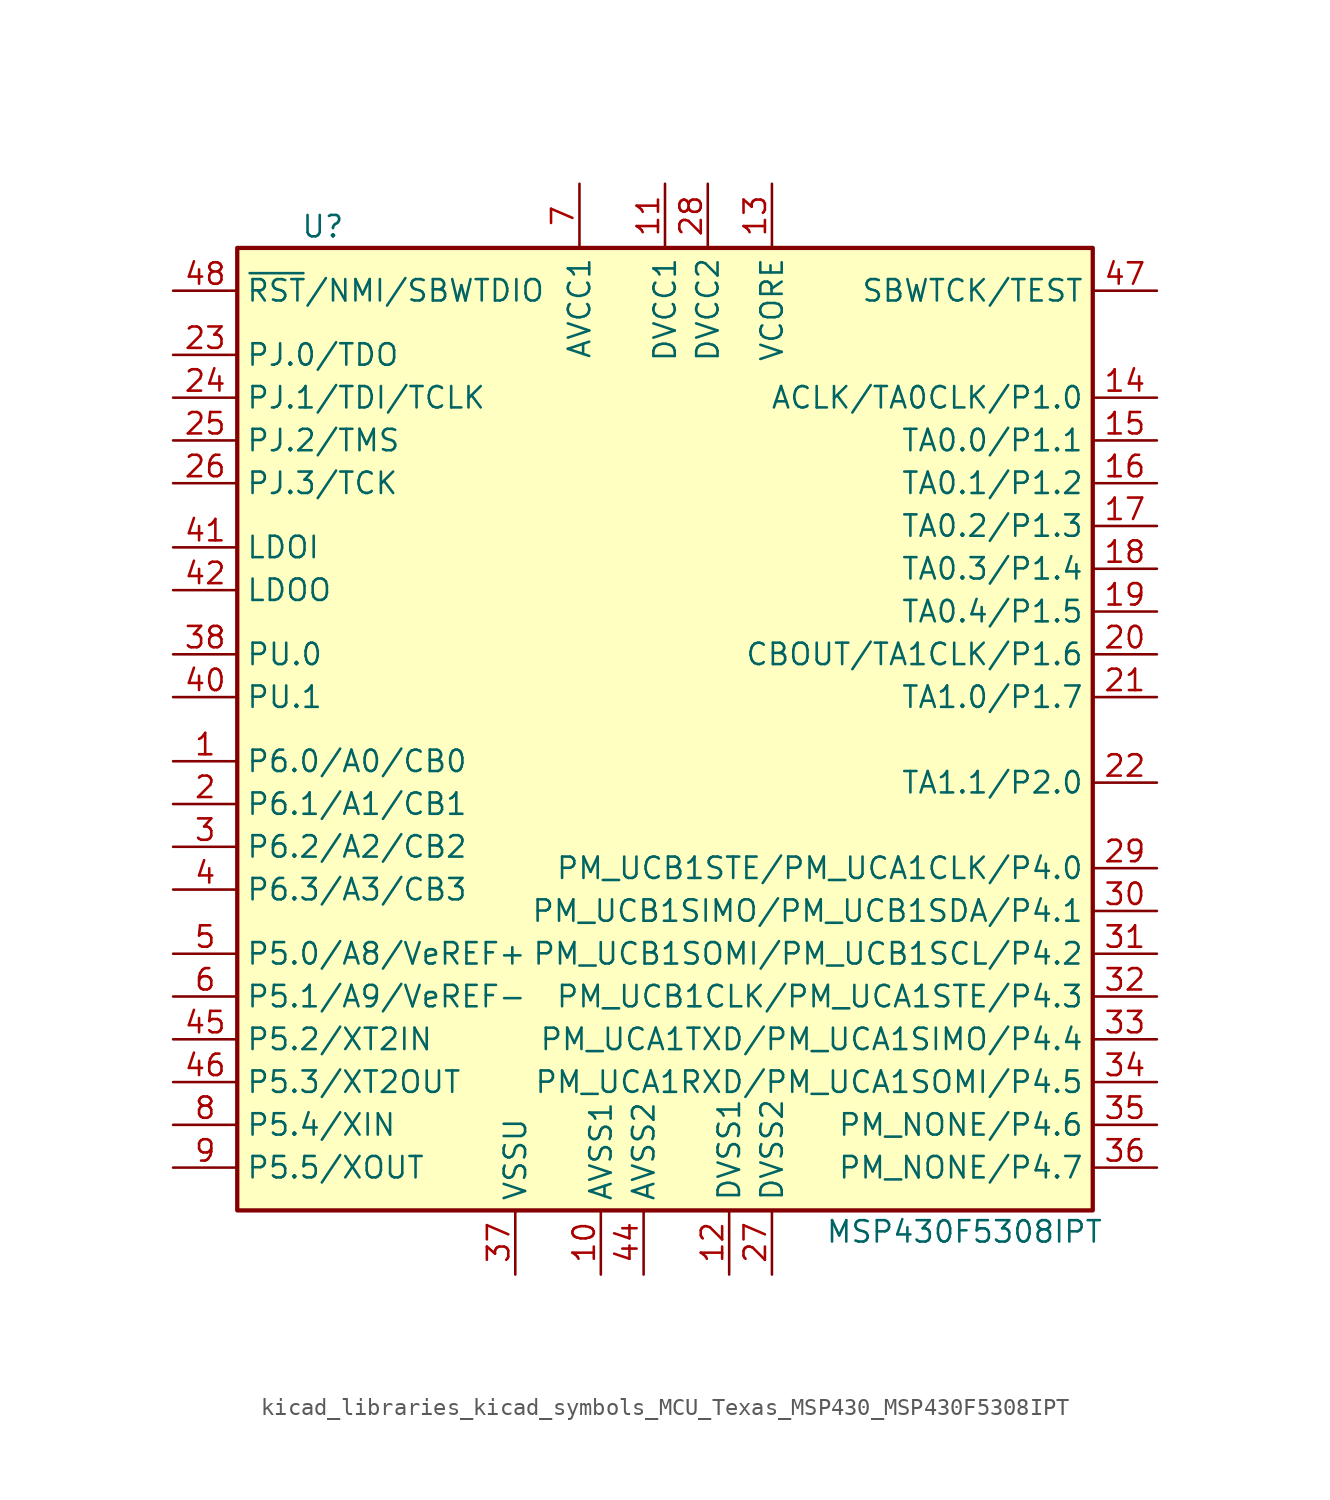
<source format=kicad_sym>
(kicad_symbol_lib
  (version 20220914)
  (generator kicad_symbol_editor)
  (symbol "kicad_libraries_kicad_symbols_MCU_Texas_MSP430_MSP430F5308IPT"
    (property "Reference" "U"
      (at -21.59 30.48 0)
      (effects (font (size 1.27 1.27))))
    (property "Value" "MSP430F5308IPT"
      (at 16.51 -29.21 0)
      (effects (font (size 1.27 1.27))))
    (symbol "kicad_libraries_kicad_symbols_MCU_Texas_MSP430_MSP430F5308IPT_0_1"
      (rectangle (start -26.67 29.21) (end 24.13 -27.94) (stroke (width 0.254) (type default)) (fill (type background))))
    (symbol "kicad_libraries_kicad_symbols_MCU_Texas_MSP430_MSP430F5308IPT_1_1"
      (pin bidirectional line (at -30.48 -1.27 0) (length 3.81) (name "P6.0/A0/CB0" (effects (font (size 1.27 1.27)))) (number "1" (effects (font (size 1.27 1.27)))))
      (pin power_in line (at -5.08 -31.75 90) (length 3.81) (name "AVSS1" (effects (font (size 1.27 1.27)))) (number "10" (effects (font (size 1.27 1.27)))))
      (pin power_in line (at -1.27 33.02 270) (length 3.81) (name "DVCC1" (effects (font (size 1.27 1.27)))) (number "11" (effects (font (size 1.27 1.27)))))
      (pin power_in line (at 2.54 -31.75 90) (length 3.81) (name "DVSS1" (effects (font (size 1.27 1.27)))) (number "12" (effects (font (size 1.27 1.27)))))
      (pin bidirectional line (at 5.08 33.02 270) (length 3.81) (name "VCORE" (effects (font (size 1.27 1.27)))) (number "13" (effects (font (size 1.27 1.27)))))
      (pin bidirectional line (at 27.94 20.32 180) (length 3.81) (name "ACLK/TA0CLK/P1.0" (effects (font (size 1.27 1.27)))) (number "14" (effects (font (size 1.27 1.27)))))
      (pin bidirectional line (at 27.94 17.78 180) (length 3.81) (name "TA0.0/P1.1" (effects (font (size 1.27 1.27)))) (number "15" (effects (font (size 1.27 1.27)))))
      (pin bidirectional line (at 27.94 15.24 180) (length 3.81) (name "TA0.1/P1.2" (effects (font (size 1.27 1.27)))) (number "16" (effects (font (size 1.27 1.27)))))
      (pin bidirectional line (at 27.94 12.7 180) (length 3.81) (name "TA0.2/P1.3" (effects (font (size 1.27 1.27)))) (number "17" (effects (font (size 1.27 1.27)))))
      (pin bidirectional line (at 27.94 10.16 180) (length 3.81) (name "TA0.3/P1.4" (effects (font (size 1.27 1.27)))) (number "18" (effects (font (size 1.27 1.27)))))
      (pin bidirectional line (at 27.94 7.62 180) (length 3.81) (name "TA0.4/P1.5" (effects (font (size 1.27 1.27)))) (number "19" (effects (font (size 1.27 1.27)))))
      (pin bidirectional line (at -30.48 -3.81 0) (length 3.81) (name "P6.1/A1/CB1" (effects (font (size 1.27 1.27)))) (number "2" (effects (font (size 1.27 1.27)))))
      (pin bidirectional line (at 27.94 5.08 180) (length 3.81) (name "CBOUT/TA1CLK/P1.6" (effects (font (size 1.27 1.27)))) (number "20" (effects (font (size 1.27 1.27)))))
      (pin bidirectional line (at 27.94 2.54 180) (length 3.81) (name "TA1.0/P1.7" (effects (font (size 1.27 1.27)))) (number "21" (effects (font (size 1.27 1.27)))))
      (pin bidirectional line (at 27.94 -2.54 180) (length 3.81) (name "TA1.1/P2.0" (effects (font (size 1.27 1.27)))) (number "22" (effects (font (size 1.27 1.27)))))
      (pin bidirectional line (at -30.48 22.86 0) (length 3.81) (name "PJ.0/TDO" (effects (font (size 1.27 1.27)))) (number "23" (effects (font (size 1.27 1.27)))))
      (pin bidirectional line (at -30.48 20.32 0) (length 3.81) (name "PJ.1/TDI/TCLK" (effects (font (size 1.27 1.27)))) (number "24" (effects (font (size 1.27 1.27)))))
      (pin bidirectional line (at -30.48 17.78 0) (length 3.81) (name "PJ.2/TMS" (effects (font (size 1.27 1.27)))) (number "25" (effects (font (size 1.27 1.27)))))
      (pin bidirectional line (at -30.48 15.24 0) (length 3.81) (name "PJ.3/TCK" (effects (font (size 1.27 1.27)))) (number "26" (effects (font (size 1.27 1.27)))))
      (pin power_in line (at 5.08 -31.75 90) (length 3.81) (name "DVSS2" (effects (font (size 1.27 1.27)))) (number "27" (effects (font (size 1.27 1.27)))))
      (pin power_in line (at 1.27 33.02 270) (length 3.81) (name "DVCC2" (effects (font (size 1.27 1.27)))) (number "28" (effects (font (size 1.27 1.27)))))
      (pin bidirectional line (at 27.94 -7.62 180) (length 3.81) (name "PM_UCB1STE/PM_UCA1CLK/P4.0" (effects (font (size 1.27 1.27)))) (number "29" (effects (font (size 1.27 1.27)))))
      (pin bidirectional line (at -30.48 -6.35 0) (length 3.81) (name "P6.2/A2/CB2" (effects (font (size 1.27 1.27)))) (number "3" (effects (font (size 1.27 1.27)))))
      (pin bidirectional line (at 27.94 -10.16 180) (length 3.81) (name "PM_UCB1SIMO/PM_UCB1SDA/P4.1" (effects (font (size 1.27 1.27)))) (number "30" (effects (font (size 1.27 1.27)))))
      (pin bidirectional line (at 27.94 -12.7 180) (length 3.81) (name "PM_UCB1SOMI/PM_UCB1SCL/P4.2" (effects (font (size 1.27 1.27)))) (number "31" (effects (font (size 1.27 1.27)))))
      (pin bidirectional line (at 27.94 -15.24 180) (length 3.81) (name "PM_UCB1CLK/PM_UCA1STE/P4.3" (effects (font (size 1.27 1.27)))) (number "32" (effects (font (size 1.27 1.27)))))
      (pin bidirectional line (at 27.94 -17.78 180) (length 3.81) (name "PM_UCA1TXD/PM_UCA1SIMO/P4.4" (effects (font (size 1.27 1.27)))) (number "33" (effects (font (size 1.27 1.27)))))
      (pin bidirectional line (at 27.94 -20.32 180) (length 3.81) (name "PM_UCA1RXD/PM_UCA1SOMI/P4.5" (effects (font (size 1.27 1.27)))) (number "34" (effects (font (size 1.27 1.27)))))
      (pin bidirectional line (at 27.94 -22.86 180) (length 3.81) (name "PM_NONE/P4.6" (effects (font (size 1.27 1.27)))) (number "35" (effects (font (size 1.27 1.27)))))
      (pin bidirectional line (at 27.94 -25.4 180) (length 3.81) (name "PM_NONE/P4.7" (effects (font (size 1.27 1.27)))) (number "36" (effects (font (size 1.27 1.27)))))
      (pin power_in line (at -10.16 -31.75 90) (length 3.81) (name "VSSU" (effects (font (size 1.27 1.27)))) (number "37" (effects (font (size 1.27 1.27)))))
      (pin bidirectional line (at -30.48 5.08 0) (length 3.81) (name "PU.0" (effects (font (size 1.27 1.27)))) (number "38" (effects (font (size 1.27 1.27)))))
      (pin bidirectional line (at -30.48 -8.89 0) (length 3.81) (name "P6.3/A3/CB3" (effects (font (size 1.27 1.27)))) (number "4" (effects (font (size 1.27 1.27)))))
      (pin bidirectional line (at -30.48 2.54 0) (length 3.81) (name "PU.1" (effects (font (size 1.27 1.27)))) (number "40" (effects (font (size 1.27 1.27)))))
      (pin power_in line (at -30.48 11.43 0) (length 3.81) (name "LDOI" (effects (font (size 1.27 1.27)))) (number "41" (effects (font (size 1.27 1.27)))))
      (pin power_out line (at -30.48 8.89 0) (length 3.81) (name "LDOO" (effects (font (size 1.27 1.27)))) (number "42" (effects (font (size 1.27 1.27)))))
      (pin power_in line (at -2.54 -31.75 90) (length 3.81) (name "AVSS2" (effects (font (size 1.27 1.27)))) (number "44" (effects (font (size 1.27 1.27)))))
      (pin bidirectional line (at -30.48 -17.78 0) (length 3.81) (name "P5.2/XT2IN" (effects (font (size 1.27 1.27)))) (number "45" (effects (font (size 1.27 1.27)))))
      (pin bidirectional line (at -30.48 -20.32 0) (length 3.81) (name "P5.3/XT2OUT" (effects (font (size 1.27 1.27)))) (number "46" (effects (font (size 1.27 1.27)))))
      (pin input line (at 27.94 26.67 180) (length 3.81) (name "SBWTCK/TEST" (effects (font (size 1.27 1.27)))) (number "47" (effects (font (size 1.27 1.27)))))
      (pin input line (at -30.48 26.67 0) (length 3.81) (name "~{RST}/NMI/SBWTDIO" (effects (font (size 1.27 1.27)))) (number "48" (effects (font (size 1.27 1.27)))))
      (pin bidirectional line (at -30.48 -12.7 0) (length 3.81) (name "P5.0/A8/VeREF+" (effects (font (size 1.27 1.27)))) (number "5" (effects (font (size 1.27 1.27)))))
      (pin bidirectional line (at -30.48 -15.24 0) (length 3.81) (name "P5.1/A9/VeREF-" (effects (font (size 1.27 1.27)))) (number "6" (effects (font (size 1.27 1.27)))))
      (pin power_in line (at -6.35 33.02 270) (length 3.81) (name "AVCC1" (effects (font (size 1.27 1.27)))) (number "7" (effects (font (size 1.27 1.27)))))
      (pin bidirectional line (at -30.48 -22.86 0) (length 3.81) (name "P5.4/XIN" (effects (font (size 1.27 1.27)))) (number "8" (effects (font (size 1.27 1.27)))))
      (pin bidirectional line (at -30.48 -25.4 0) (length 3.81) (name "P5.5/XOUT" (effects (font (size 1.27 1.27)))) (number "9" (effects (font (size 1.27 1.27))))))))
</source>
